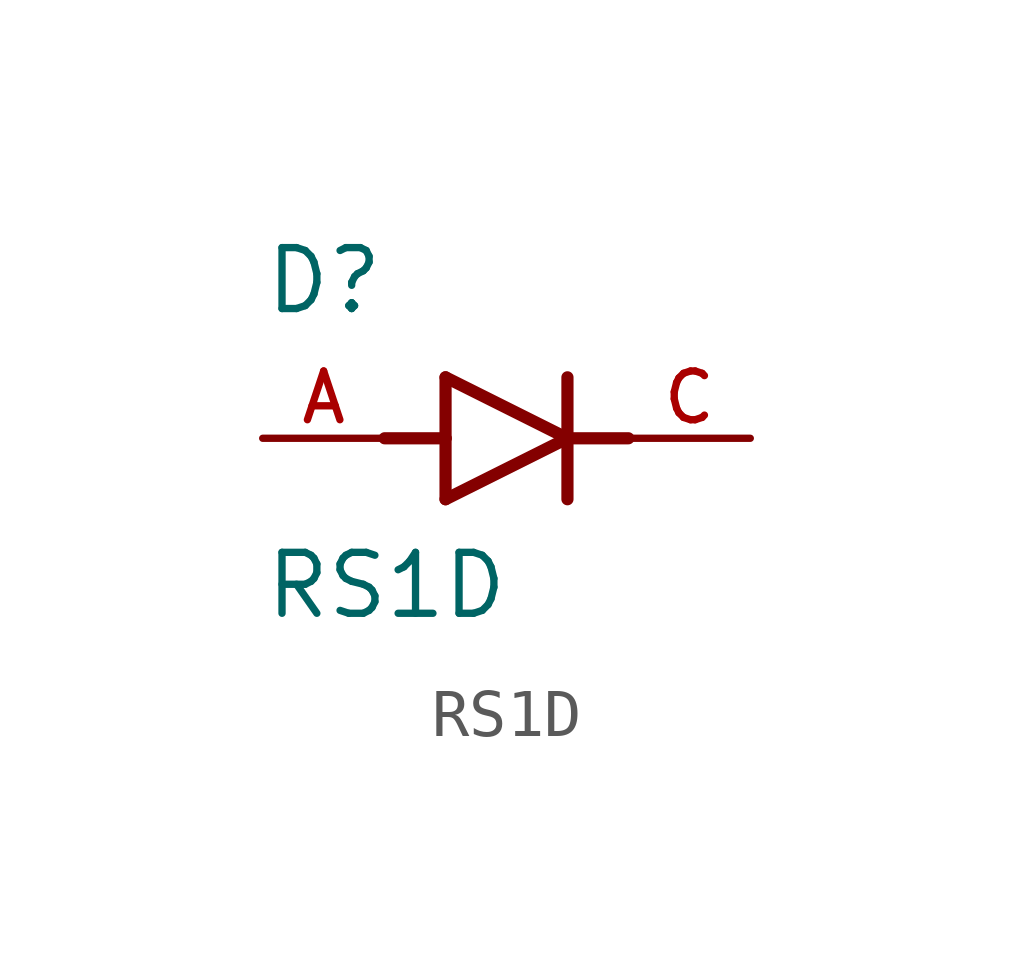
<source format=kicad_sym>
(kicad_symbol_lib
  (version 20211014)
  (generator kicad_symbol_editor)
  (symbol "RS1D"
    (pin_names
      (offset 1.016))
    (property "Reference" "D"
      (at -5.08 2.54 0)
      (effects (font (size 1.27 1.27)) (justify bottom left)))
    (property "Value" "RS1D"
      (at -5.08 -3.81 0)
      (effects (font (size 1.27 1.27)) (justify bottom left)))
    (symbol "RS1D_0_0"
      (polyline (pts (xy -1.27 -1.27) (xy 1.27 0.0)) (stroke (width 0.254)))
      (polyline (pts (xy 1.27 0.0) (xy -1.27 1.27)) (stroke (width 0.254)))
      (polyline (pts (xy 1.27 1.27) (xy 1.27 0.0)) (stroke (width 0.254)))
      (polyline (pts (xy -1.27 1.27) (xy -1.27 0.0)) (stroke (width 0.254)))
      (polyline (pts (xy -1.27 0.0) (xy -1.27 -1.27)) (stroke (width 0.254)))
      (polyline (pts (xy 1.27 0.0) (xy 1.27 -1.27)) (stroke (width 0.254)))
      (polyline (pts (xy -2.54 0.0) (xy -1.27 0.0)) (stroke (width 0.254)))
      (polyline (pts (xy 1.27 0.0) (xy 2.54 0.0)) (stroke (width 0.254)))
      (pin passive line (at 5.08 0.0 180.0) (length 2.54) (name "~" (effects (font (size 1.016 1.016)))) (number "C" (effects (font (size 1.016 1.016)))))
      (pin passive line (at -5.08 0.0 0) (length 2.54) (name "~" (effects (font (size 1.016 1.016)))) (number "A" (effects (font (size 1.016 1.016))))))))
</source>
